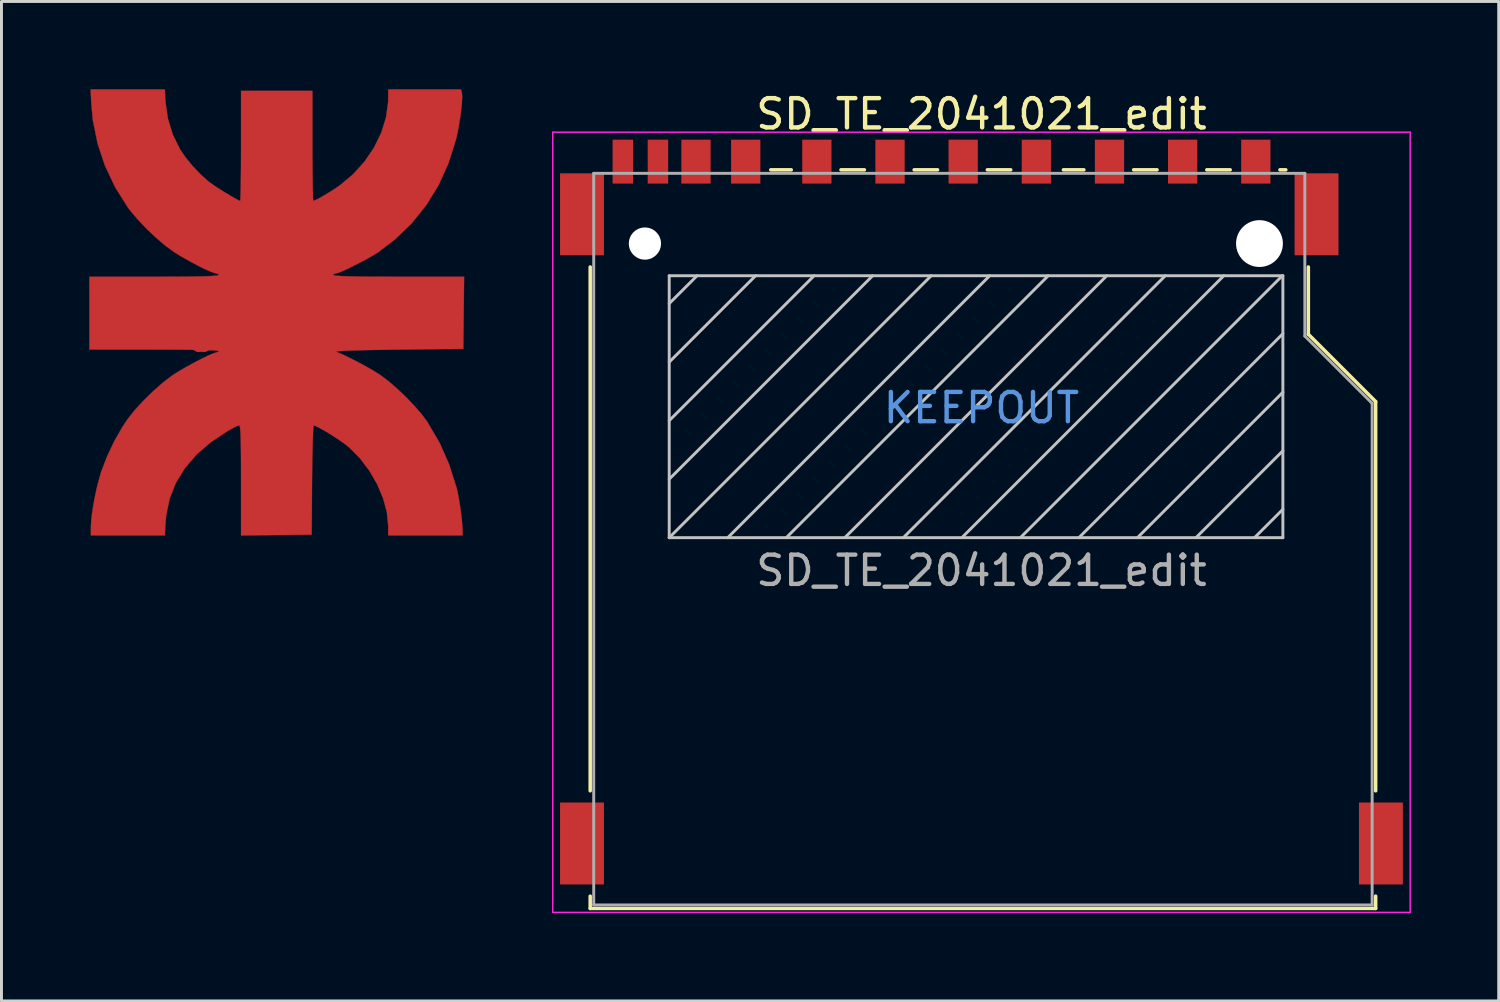
<source format=kicad_pcb>
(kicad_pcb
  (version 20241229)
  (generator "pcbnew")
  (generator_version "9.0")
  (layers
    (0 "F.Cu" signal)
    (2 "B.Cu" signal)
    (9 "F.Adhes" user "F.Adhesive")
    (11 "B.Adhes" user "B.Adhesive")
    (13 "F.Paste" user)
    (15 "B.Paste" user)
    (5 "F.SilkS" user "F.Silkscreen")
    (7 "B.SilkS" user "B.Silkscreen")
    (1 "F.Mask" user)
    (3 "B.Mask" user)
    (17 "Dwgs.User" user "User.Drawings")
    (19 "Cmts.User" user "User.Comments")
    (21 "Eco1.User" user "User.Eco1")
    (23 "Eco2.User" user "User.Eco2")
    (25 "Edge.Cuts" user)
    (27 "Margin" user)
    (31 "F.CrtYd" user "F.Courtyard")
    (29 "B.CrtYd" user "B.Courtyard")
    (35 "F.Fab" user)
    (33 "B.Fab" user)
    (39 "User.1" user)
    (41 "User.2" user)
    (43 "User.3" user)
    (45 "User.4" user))
  (footprint "logoUTN6"
    (layer "F.Cu")
    (at 6.406 7.625)
    (property "Reference" "logoUTN6" (at 0 0 0) (layer "F.Cu") (effects (font (size 1.524 1.524) (thickness 0.3))))
    (attr through_hole)
    (fp_poly (pts (xy -3.796 -7.15) (xy -3.717 -6.611) (xy -3.551 -6.076) (xy -3.308 -5.579) (xy -3.298 -5.562) (xy -3.109 -5.288) (xy -2.867 -4.995) (xy -2.601 -4.716) (xy -2.341 -4.483) (xy -2.264 -4.423) (xy -2.124 -4.326) (xy -1.948 -4.211) (xy -1.755 -4.091) (xy -1.567 -3.978) (xy -1.405 -3.885) (xy -1.291 -3.825) (xy -1.248 -3.81) (xy -1.242 -3.859) (xy -1.236 -3.998) (xy -1.23 -4.217) (xy -1.226 -4.504) (xy -1.222 -4.847) (xy -1.22 -5.236) (xy -1.219 -5.66) (xy -1.219 -5.69) (xy -1.219 -7.569) (xy 1.219 -7.569) (xy 1.219 -5.69) (xy 1.22 -5.264) (xy 1.222 -4.872) (xy 1.226 -4.525) (xy 1.23 -4.234) (xy 1.236 -4.011) (xy 1.242 -3.866) (xy 1.249 -3.81) (xy 1.249 -3.81) (xy 1.321 -3.836) (xy 1.455 -3.905) (xy 1.63 -4.005) (xy 1.823 -4.121) (xy 2.011 -4.242) (xy 2.159 -4.344) (xy 2.612 -4.723) (xy 3.003 -5.157) (xy 3.326 -5.635) (xy 3.573 -6.142) (xy 3.735 -6.664) (xy 3.807 -7.189) (xy 3.809 -7.303) (xy 3.81 -7.62) (xy 6.297 -7.62) (xy 6.328 -7.499) (xy 6.338 -7.369) (xy 6.328 -7.163) (xy 6.302 -6.903) (xy 6.262 -6.611) (xy 6.211 -6.31) (xy 6.152 -6.022) (xy 6.121 -5.893) (xy 5.869 -5.094) (xy 5.534 -4.354) (xy 5.117 -3.673) (xy 4.62 -3.053) (xy 4.043 -2.495) (xy 3.454 -2.047) (xy 3.297 -1.949) (xy 3.088 -1.831) (xy 2.849 -1.704) (xy 2.605 -1.58) (xy 2.379 -1.47) (xy 2.193 -1.388) (xy 2.072 -1.344) (xy 2.07 -1.344) (xy 1.971 -1.316) (xy 1.925 -1.292) (xy 1.939 -1.272) (xy 2.018 -1.256) (xy 2.166 -1.244) (xy 2.39 -1.234) (xy 2.694 -1.227) (xy 3.084 -1.222) (xy 3.564 -1.22) (xy 4.138 -1.219) (xy 6.403 -1.219) (xy 6.375 1.245) (xy 4.14 1.271) (xy 3.594 1.279) (xy 3.121 1.287) (xy 2.727 1.297) (xy 2.416 1.307) (xy 2.192 1.318) (xy 2.06 1.329) (xy 2.024 1.341) (xy 2.028 1.343) (xy 2.228 1.427) (xy 2.486 1.55) (xy 2.774 1.697) (xy 3.064 1.854) (xy 3.328 2.006) (xy 3.538 2.138) (xy 3.812 2.344) (xy 4.115 2.606) (xy 4.424 2.901) (xy 4.716 3.206) (xy 4.968 3.499) (xy 5.148 3.743) (xy 5.568 4.461) (xy 5.898 5.207) (xy 6.148 6.003) (xy 6.165 6.071) (xy 6.21 6.285) (xy 6.256 6.556) (xy 6.297 6.85) (xy 6.329 7.131) (xy 6.347 7.365) (xy 6.35 7.455) (xy 6.35 7.62) (xy 3.81 7.62) (xy 3.81 7.299) (xy 3.765 6.837) (xy 3.636 6.355) (xy 3.433 5.874) (xy 3.167 5.413) (xy 2.849 4.99) (xy 2.489 4.626) (xy 2.293 4.47) (xy 2.114 4.346) (xy 1.911 4.214) (xy 1.705 4.087) (xy 1.517 3.978) (xy 1.367 3.899) (xy 1.276 3.862) (xy 1.266 3.861) (xy 1.255 3.91) (xy 1.244 4.051) (xy 1.234 4.273) (xy 1.225 4.567) (xy 1.217 4.924) (xy 1.211 5.331) (xy 1.207 5.728) (xy 1.194 7.595) (xy -0.013 7.608) (xy -1.219 7.622) (xy -1.219 5.741) (xy -1.22 5.235) (xy -1.222 4.823) (xy -1.226 4.495) (xy -1.232 4.246) (xy -1.241 4.065) (xy -1.252 3.947) (xy -1.266 3.881) (xy -1.283 3.861) (xy -1.284 3.861) (xy -1.356 3.885) (xy -1.489 3.949) (xy -1.655 4.041) (xy -1.688 4.06) (xy -2.262 4.443) (xy -2.749 4.867) (xy -3.145 5.332) (xy -3.45 5.833) (xy -3.661 6.369) (xy -3.777 6.936) (xy -3.794 7.125) (xy -3.825 7.62) (xy -6.35 7.62) (xy -6.35 7.324) (xy -6.335 7.063) (xy -6.292 6.736) (xy -6.228 6.371) (xy -6.149 5.998) (xy -6.058 5.646) (xy -5.998 5.445) (xy -5.796 4.917) (xy -5.541 4.382) (xy -5.254 3.883) (xy -5.089 3.639) (xy -4.852 3.341) (xy -4.559 3.022) (xy -4.236 2.705) (xy -3.908 2.415) (xy -3.6 2.176) (xy -3.498 2.107) (xy -3.289 1.978) (xy -3.05 1.841) (xy -2.801 1.705) (xy -2.56 1.581) (xy -2.346 1.477) (xy -2.179 1.405) (xy -2.076 1.372) (xy -2.067 1.372) (xy -1.993 1.347) (xy -1.981 1.321) (xy -2.032 1.307) (xy -2.182 1.295) (xy -2.429 1.286) (xy -2.773 1.279) (xy -3.21 1.274) (xy -3.738 1.271) (xy -4.191 1.27) (xy -6.401 1.27) (xy -6.401 -1.219) (xy -4.163 -1.219) (xy -3.589 -1.22) (xy -3.113 -1.223) (xy -2.727 -1.227) (xy -2.427 -1.234) (xy -2.207 -1.244) (xy -2.062 -1.257) (xy -1.987 -1.273) (xy -1.977 -1.293) (xy -2.026 -1.317) (xy -2.12 -1.344) (xy -2.26 -1.393) (xy -2.464 -1.484) (xy -2.709 -1.606) (xy -2.973 -1.747) (xy -3.234 -1.895) (xy -3.47 -2.038) (xy -3.495 -2.054) (xy -3.792 -2.27) (xy -4.119 -2.547) (xy -4.45 -2.86) (xy -4.757 -3.184) (xy -5.017 -3.493) (xy -5.088 -3.588) (xy -5.521 -4.277) (xy -5.867 -5.008) (xy -6.122 -5.772) (xy -6.281 -6.557) (xy -6.335 -7.125) (xy -6.36 -7.62) (xy -3.825 -7.62) (xy -3.796 -7.15)) (stroke (width 0.01) (type solid)) (fill yes) (layer "F.Cu")))
  (footprint "SD_TE_2041021_edit"
    (layer "F.Cu")
    (at 30.488 14.448)
    (property "Reference" "SD_TE_2041021_edit" (at 0 -13.6 0) (layer "F.SilkS") (effects (font (size 1 1) (thickness 0.15))))
    (attr smd)
    (fp_line (start -13.37 -8.375) (end -13.37 9.525) (stroke (width 0.12) (type solid)) (layer "F.SilkS"))
    (fp_line (start -13.37 13.125) (end -13.37 13.545) (stroke (width 0.12) (type solid)) (layer "F.SilkS"))
    (fp_line (start -13.37 13.545) (end 13.47 13.545) (stroke (width 0.12) (type solid)) (layer "F.SilkS"))
    (fp_line (start -7.2 -11.695) (end -6.5 -11.695) (stroke (width 0.12) (type solid)) (layer "F.SilkS"))
    (fp_line (start -4.8 -11.695) (end -4 -11.695) (stroke (width 0.12) (type solid)) (layer "F.SilkS"))
    (fp_line (start -2.3 -11.695) (end -1.5 -11.695) (stroke (width 0.12) (type solid)) (layer "F.SilkS"))
    (fp_line (start 0.2 -11.695) (end 1 -11.695) (stroke (width 0.12) (type solid)) (layer "F.SilkS"))
    (fp_line (start 2.8 -11.695) (end 3.5 -11.695) (stroke (width 0.12) (type solid)) (layer "F.SilkS"))
    (fp_line (start 5.2 -11.695) (end 6 -11.695) (stroke (width 0.12) (type solid)) (layer "F.SilkS"))
    (fp_line (start 7.7 -11.695) (end 8.5 -11.695) (stroke (width 0.12) (type solid)) (layer "F.SilkS"))
    (fp_line (start 10.2 -11.695) (end 10.4 -11.695) (stroke (width 0.12) (type solid)) (layer "F.SilkS"))
    (fp_line (start 11.17 -8.375) (end 11.17 -6.075) (stroke (width 0.12) (type solid)) (layer "F.SilkS"))
    (fp_line (start 11.17 -6.075) (end 13.47 -3.775) (stroke (width 0.12) (type solid)) (layer "F.SilkS"))
    (fp_line (start 13.47 -3.775) (end 13.47 9.525) (stroke (width 0.12) (type solid)) (layer "F.SilkS"))
    (fp_line (start 13.47 13.545) (end 13.47 13.125) (stroke (width 0.12) (type solid)) (layer "F.SilkS"))
    (fp_line (start -10.67 -8.075) (end -10.67 0.875) (stroke (width 0.1) (type solid)) (layer "Dwgs.User"))
    (fp_line (start -10.67 0.875) (end 10.3 0.875) (stroke (width 0.1) (type solid)) (layer "Dwgs.User"))
    (fp_line (start -9.72 -8.075) (end -10.67 -7.125) (stroke (width 0.1) (type solid)) (layer "Dwgs.User"))
    (fp_line (start -7.72 -8.075) (end -10.67 -5.125) (stroke (width 0.1) (type solid)) (layer "Dwgs.User"))
    (fp_line (start -5.72 -8.075) (end -10.67 -3.125) (stroke (width 0.1) (type solid)) (layer "Dwgs.User"))
    (fp_line (start -3.72 -8.075) (end -10.67 -1.125) (stroke (width 0.1) (type solid)) (layer "Dwgs.User"))
    (fp_line (start -1.72 -8.075) (end -10.67 0.875) (stroke (width 0.1) (type solid)) (layer "Dwgs.User"))
    (fp_line (start 0.28 -8.075) (end -8.67 0.875) (stroke (width 0.1) (type solid)) (layer "Dwgs.User"))
    (fp_line (start 2.28 -8.075) (end -6.67 0.875) (stroke (width 0.1) (type solid)) (layer "Dwgs.User"))
    (fp_line (start 4.28 -8.075) (end -4.67 0.875) (stroke (width 0.1) (type solid)) (layer "Dwgs.User"))
    (fp_line (start 6.28 -8.075) (end -2.67 0.875) (stroke (width 0.1) (type solid)) (layer "Dwgs.User"))
    (fp_line (start 8.28 -8.075) (end -0.67 0.875) (stroke (width 0.1) (type solid)) (layer "Dwgs.User"))
    (fp_line (start 10.28 -8.075) (end 1.33 0.875) (stroke (width 0.1) (type solid)) (layer "Dwgs.User"))
    (fp_line (start 10.3 -8.075) (end -10.67 -8.075) (stroke (width 0.1) (type solid)) (layer "Dwgs.User"))
    (fp_line (start 10.3 -6.095) (end 3.33 0.875) (stroke (width 0.1) (type solid)) (layer "Dwgs.User"))
    (fp_line (start 10.3 -4.095) (end 5.33 0.875) (stroke (width 0.1) (type solid)) (layer "Dwgs.User"))
    (fp_line (start 10.3 -2.095) (end 7.33 0.875) (stroke (width 0.1) (type solid)) (layer "Dwgs.User"))
    (fp_line (start 10.3 -0.095) (end 9.33 0.875) (stroke (width 0.1) (type solid)) (layer "Dwgs.User"))
    (fp_line (start 10.3 0.875) (end 10.3 -8.075) (stroke (width 0.1) (type solid)) (layer "Dwgs.User"))
    (fp_line (start -14.65 -12.98) (end -14.65 13.68) (stroke (width 0.05) (type solid)) (layer "F.CrtYd"))
    (fp_line (start -14.65 -12.98) (end 14.65 -12.98) (stroke (width 0.05) (type solid)) (layer "F.CrtYd"))
    (fp_line (start 14.65 13.68) (end -14.65 13.68) (stroke (width 0.05) (type solid)) (layer "F.CrtYd"))
    (fp_line (start 14.65 13.68) (end 14.65 -12.98) (stroke (width 0.05) (type solid)) (layer "F.CrtYd"))
    (fp_line (start -13.25 -11.575) (end -13.25 13.425) (stroke (width 0.1) (type solid)) (layer "F.Fab"))
    (fp_line (start -13.25 13.425) (end 13.35 13.425) (stroke (width 0.1) (type solid)) (layer "F.Fab"))
    (fp_line (start 11.05 -11.575) (end -13.25 -11.575) (stroke (width 0.1) (type solid)) (layer "F.Fab"))
    (fp_line (start 11.05 -6.015) (end 11.05 -11.575) (stroke (width 0.1) (type solid)) (layer "F.Fab"))
    (fp_line (start 13.35 -3.715) (end 11.05 -6.015) (stroke (width 0.1) (type solid)) (layer "F.Fab"))
    (fp_line (start 13.35 13.425) (end 13.35 -3.715) (stroke (width 0.1) (type solid)) (layer "F.Fab"))
    (fp_text user "KEEPOUT" (at 0 -3.56 0) (layer "Cmts.User") (effects (font (size 1 1) (thickness 0.15))))
    (fp_text user "${REFERENCE}" (at 0 2 0) (layer "F.Fab") (effects (font (size 1 1) (thickness 0.15))))
    (pad "" np_thru_hole circle (at -11.5 -9.175) (size 1.1 1.1) (drill 1.1) (layers "*.Cu" "*.Mask"))
    (pad "" np_thru_hole circle (at 9.5 -9.175) (size 1.6 1.6) (drill 1.6) (layers "*.Cu" "*.Mask"))
    (pad "1" smd rect (at 6.875 -11.975) (size 1 1.5) (layers "F.Cu" "F.Mask" "F.Paste"))
    (pad "2" smd rect (at 4.375 -11.975) (size 1 1.5) (layers "F.Cu" "F.Mask" "F.Paste"))
    (pad "3" smd rect (at 1.875 -11.975) (size 1 1.5) (layers "F.Cu" "F.Mask" "F.Paste"))
    (pad "4" smd rect (at -0.625 -11.975) (size 1 1.5) (layers "F.Cu" "F.Mask" "F.Paste"))
    (pad "5" smd rect (at -3.125 -11.975) (size 1 1.5) (layers "F.Cu" "F.Mask" "F.Paste"))
    (pad "6" smd rect (at -5.625 -11.975) (size 1 1.5) (layers "F.Cu" "F.Mask" "F.Paste"))
    (pad "7" smd rect (at -8.055 -11.975) (size 1 1.5) (layers "F.Cu" "F.Mask" "F.Paste"))
    (pad "8" smd rect (at -9.755 -11.975) (size 1 1.5) (layers "F.Cu" "F.Mask" "F.Paste"))
    (pad "9" smd rect (at 9.375 -11.975) (size 1 1.5) (layers "F.Cu" "F.Mask" "F.Paste"))
    (pad "10" smd rect (at -11.055 -11.975) (size 0.7 1.5) (layers "F.Cu" "F.Mask" "F.Paste"))
    (pad "11" smd rect (at -12.255 -11.975) (size 0.7 1.5) (layers "F.Cu" "F.Mask" "F.Paste"))
    (pad "12" smd rect (at -13.65 -10.175) (size 1.5 2.8) (layers "F.Cu" "F.Mask" "F.Paste"))
    (pad "13" smd rect (at -13.65 11.325) (size 1.5 2.8) (layers "F.Cu" "F.Mask" "F.Paste"))
    (pad "13" smd rect (at 11.45 -10.175) (size 1.5 2.8) (layers "F.Cu" "F.Mask" "F.Paste"))
    (pad "13" smd rect (at 13.65 11.325) (size 1.5 2.8) (layers "F.Cu" "F.Mask" "F.Paste")))
  (gr_rect
    (start -3 -3)
    (end 48.163 31.153)
    (stroke (width 0.1) (type default))
    (fill no)
    (layer "Edge.Cuts")))
</source>
